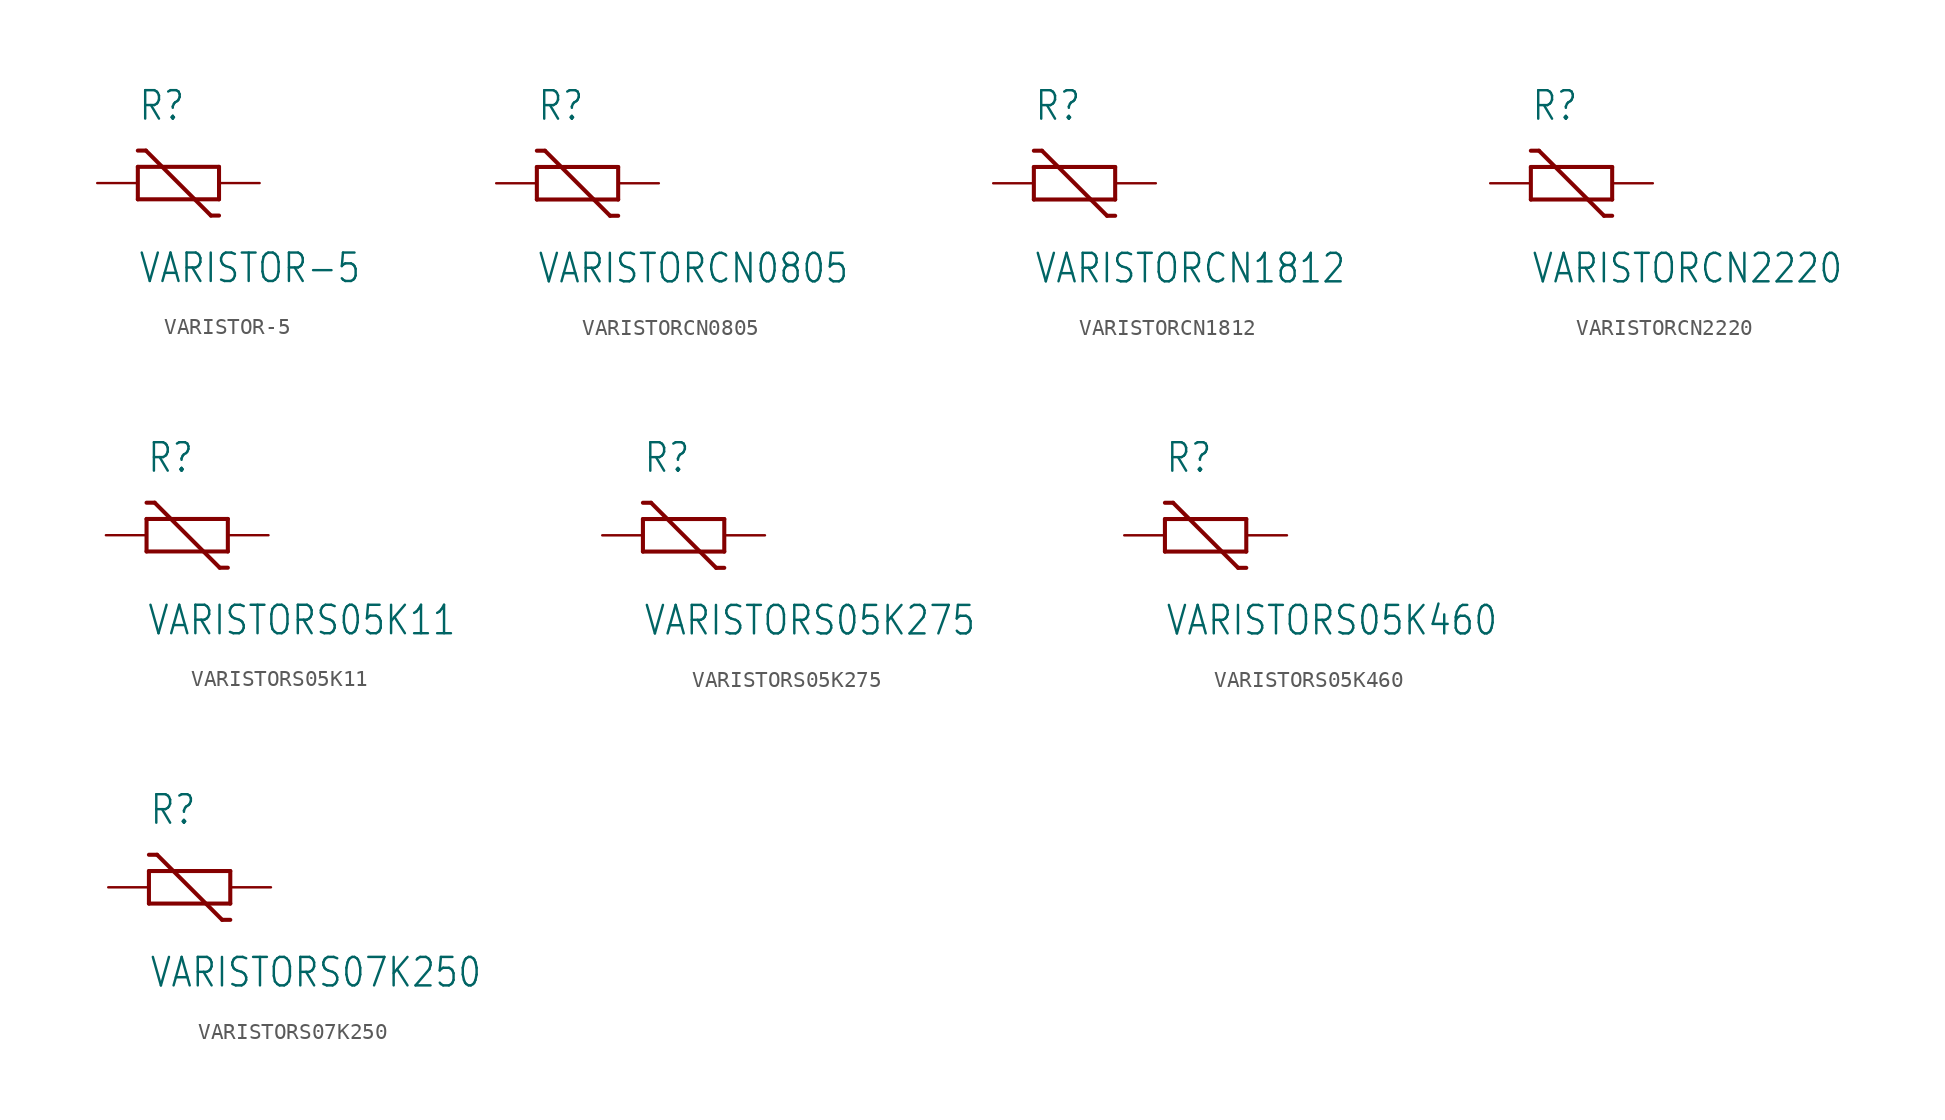
<source format=kicad_sym>
(kicad_symbol_lib
  (version 20211014)
  (generator kicad_symbol_editor)
  (symbol "VARISTOR-5"
    (property "Reference" "R"
      (at -2.54 3.81 0)
      (effects (font (size 1.778 1.511)) (justify left bottom)))
    (property "Value" "VARISTOR-5"
      (at -2.54 -6.35 0)
      (effects (font (size 1.778 1.511)) (justify left bottom)))
    (property "ki_locked" ""
      (at 0 0 0)
      (effects (font (size 1.27 1.27))))
    (symbol "VARISTOR-5_1_0"
      (polyline (pts (xy -2.54 -1.016) (xy -2.54 1.016)) (stroke (width 0.254) (type default) (color 0 0 0 0)) (fill (type none)))
      (polyline (pts (xy -2.54 1.016) (xy 2.54 1.016)) (stroke (width 0.254) (type default) (color 0 0 0 0)) (fill (type none)))
      (polyline (pts (xy -2.032 2.032) (xy -2.54 2.032)) (stroke (width 0.254) (type default) (color 0 0 0 0)) (fill (type none)))
      (polyline (pts (xy 2.032 -2.032) (xy -2.032 2.032)) (stroke (width 0.254) (type default) (color 0 0 0 0)) (fill (type none)))
      (polyline (pts (xy 2.54 -2.032) (xy 2.032 -2.032)) (stroke (width 0.254) (type default) (color 0 0 0 0)) (fill (type none)))
      (polyline (pts (xy 2.54 -1.016) (xy -2.54 -1.016)) (stroke (width 0.254) (type default) (color 0 0 0 0)) (fill (type none)))
      (polyline (pts (xy 2.54 1.016) (xy 2.54 -1.016)) (stroke (width 0.254) (type default) (color 0 0 0 0)) (fill (type none)))
      (pin passive line (at 5.08 0 180) (length 2.54) (name "1" (effects (font (size 0 0)))) (number "1" (effects (font (size 0 0)))))
      (pin passive line (at -5.08 0 0) (length 2.54) (name "2" (effects (font (size 0 0)))) (number "2" (effects (font (size 0 0)))))))
  (symbol "VARISTORCN0805"
    (property "Reference" "R"
      (at -2.54 3.81 0)
      (effects (font (size 1.778 1.511)) (justify left bottom)))
    (property "Value" "VARISTORCN0805"
      (at -2.54 -6.35 0)
      (effects (font (size 1.778 1.511)) (justify left bottom)))
    (property "ki_locked" ""
      (at 0 0 0)
      (effects (font (size 1.27 1.27))))
    (symbol "VARISTORCN0805_1_0"
      (polyline (pts (xy -2.54 -1.016) (xy -2.54 1.016)) (stroke (width 0.254) (type default) (color 0 0 0 0)) (fill (type none)))
      (polyline (pts (xy -2.54 1.016) (xy 2.54 1.016)) (stroke (width 0.254) (type default) (color 0 0 0 0)) (fill (type none)))
      (polyline (pts (xy -2.032 2.032) (xy -2.54 2.032)) (stroke (width 0.254) (type default) (color 0 0 0 0)) (fill (type none)))
      (polyline (pts (xy 2.032 -2.032) (xy -2.032 2.032)) (stroke (width 0.254) (type default) (color 0 0 0 0)) (fill (type none)))
      (polyline (pts (xy 2.54 -2.032) (xy 2.032 -2.032)) (stroke (width 0.254) (type default) (color 0 0 0 0)) (fill (type none)))
      (polyline (pts (xy 2.54 -1.016) (xy -2.54 -1.016)) (stroke (width 0.254) (type default) (color 0 0 0 0)) (fill (type none)))
      (polyline (pts (xy 2.54 1.016) (xy 2.54 -1.016)) (stroke (width 0.254) (type default) (color 0 0 0 0)) (fill (type none)))
      (pin passive line (at 5.08 0 180) (length 2.54) (name "1" (effects (font (size 0 0)))) (number "1" (effects (font (size 0 0)))))
      (pin passive line (at -5.08 0 0) (length 2.54) (name "2" (effects (font (size 0 0)))) (number "2" (effects (font (size 0 0)))))))
  (symbol "VARISTORCN1812"
    (property "Reference" "R"
      (at -2.54 3.81 0)
      (effects (font (size 1.778 1.511)) (justify left bottom)))
    (property "Value" "VARISTORCN1812"
      (at -2.54 -6.35 0)
      (effects (font (size 1.778 1.511)) (justify left bottom)))
    (property "ki_locked" ""
      (at 0 0 0)
      (effects (font (size 1.27 1.27))))
    (symbol "VARISTORCN1812_1_0"
      (polyline (pts (xy -2.54 -1.016) (xy -2.54 1.016)) (stroke (width 0.254) (type default) (color 0 0 0 0)) (fill (type none)))
      (polyline (pts (xy -2.54 1.016) (xy 2.54 1.016)) (stroke (width 0.254) (type default) (color 0 0 0 0)) (fill (type none)))
      (polyline (pts (xy -2.032 2.032) (xy -2.54 2.032)) (stroke (width 0.254) (type default) (color 0 0 0 0)) (fill (type none)))
      (polyline (pts (xy 2.032 -2.032) (xy -2.032 2.032)) (stroke (width 0.254) (type default) (color 0 0 0 0)) (fill (type none)))
      (polyline (pts (xy 2.54 -2.032) (xy 2.032 -2.032)) (stroke (width 0.254) (type default) (color 0 0 0 0)) (fill (type none)))
      (polyline (pts (xy 2.54 -1.016) (xy -2.54 -1.016)) (stroke (width 0.254) (type default) (color 0 0 0 0)) (fill (type none)))
      (polyline (pts (xy 2.54 1.016) (xy 2.54 -1.016)) (stroke (width 0.254) (type default) (color 0 0 0 0)) (fill (type none)))
      (pin passive line (at 5.08 0 180) (length 2.54) (name "1" (effects (font (size 0 0)))) (number "1" (effects (font (size 0 0)))))
      (pin passive line (at -5.08 0 0) (length 2.54) (name "2" (effects (font (size 0 0)))) (number "2" (effects (font (size 0 0)))))))
  (symbol "VARISTORCN2220"
    (property "Reference" "R"
      (at -2.54 3.81 0)
      (effects (font (size 1.778 1.511)) (justify left bottom)))
    (property "Value" "VARISTORCN2220"
      (at -2.54 -6.35 0)
      (effects (font (size 1.778 1.511)) (justify left bottom)))
    (property "ki_locked" ""
      (at 0 0 0)
      (effects (font (size 1.27 1.27))))
    (symbol "VARISTORCN2220_1_0"
      (polyline (pts (xy -2.54 -1.016) (xy -2.54 1.016)) (stroke (width 0.254) (type default) (color 0 0 0 0)) (fill (type none)))
      (polyline (pts (xy -2.54 1.016) (xy 2.54 1.016)) (stroke (width 0.254) (type default) (color 0 0 0 0)) (fill (type none)))
      (polyline (pts (xy -2.032 2.032) (xy -2.54 2.032)) (stroke (width 0.254) (type default) (color 0 0 0 0)) (fill (type none)))
      (polyline (pts (xy 2.032 -2.032) (xy -2.032 2.032)) (stroke (width 0.254) (type default) (color 0 0 0 0)) (fill (type none)))
      (polyline (pts (xy 2.54 -2.032) (xy 2.032 -2.032)) (stroke (width 0.254) (type default) (color 0 0 0 0)) (fill (type none)))
      (polyline (pts (xy 2.54 -1.016) (xy -2.54 -1.016)) (stroke (width 0.254) (type default) (color 0 0 0 0)) (fill (type none)))
      (polyline (pts (xy 2.54 1.016) (xy 2.54 -1.016)) (stroke (width 0.254) (type default) (color 0 0 0 0)) (fill (type none)))
      (pin passive line (at 5.08 0 180) (length 2.54) (name "1" (effects (font (size 0 0)))) (number "1" (effects (font (size 0 0)))))
      (pin passive line (at -5.08 0 0) (length 2.54) (name "2" (effects (font (size 0 0)))) (number "2" (effects (font (size 0 0)))))))
  (symbol "VARISTORS05K11"
    (property "Reference" "R"
      (at -2.54 3.81 0)
      (effects (font (size 1.778 1.511)) (justify left bottom)))
    (property "Value" "VARISTORS05K11"
      (at -2.54 -6.35 0)
      (effects (font (size 1.778 1.511)) (justify left bottom)))
    (property "ki_locked" ""
      (at 0 0 0)
      (effects (font (size 1.27 1.27))))
    (symbol "VARISTORS05K11_1_0"
      (polyline (pts (xy -2.54 -1.016) (xy -2.54 1.016)) (stroke (width 0.254) (type default) (color 0 0 0 0)) (fill (type none)))
      (polyline (pts (xy -2.54 1.016) (xy 2.54 1.016)) (stroke (width 0.254) (type default) (color 0 0 0 0)) (fill (type none)))
      (polyline (pts (xy -2.032 2.032) (xy -2.54 2.032)) (stroke (width 0.254) (type default) (color 0 0 0 0)) (fill (type none)))
      (polyline (pts (xy 2.032 -2.032) (xy -2.032 2.032)) (stroke (width 0.254) (type default) (color 0 0 0 0)) (fill (type none)))
      (polyline (pts (xy 2.54 -2.032) (xy 2.032 -2.032)) (stroke (width 0.254) (type default) (color 0 0 0 0)) (fill (type none)))
      (polyline (pts (xy 2.54 -1.016) (xy -2.54 -1.016)) (stroke (width 0.254) (type default) (color 0 0 0 0)) (fill (type none)))
      (polyline (pts (xy 2.54 1.016) (xy 2.54 -1.016)) (stroke (width 0.254) (type default) (color 0 0 0 0)) (fill (type none)))
      (pin passive line (at 5.08 0 180) (length 2.54) (name "1" (effects (font (size 0 0)))) (number "1" (effects (font (size 0 0)))))
      (pin passive line (at -5.08 0 0) (length 2.54) (name "2" (effects (font (size 0 0)))) (number "2" (effects (font (size 0 0)))))))
  (symbol "VARISTORS05K275"
    (property "Reference" "R"
      (at -2.54 3.81 0)
      (effects (font (size 1.778 1.511)) (justify left bottom)))
    (property "Value" "VARISTORS05K275"
      (at -2.54 -6.35 0)
      (effects (font (size 1.778 1.511)) (justify left bottom)))
    (property "ki_locked" ""
      (at 0 0 0)
      (effects (font (size 1.27 1.27))))
    (symbol "VARISTORS05K275_1_0"
      (polyline (pts (xy -2.54 -1.016) (xy -2.54 1.016)) (stroke (width 0.254) (type default) (color 0 0 0 0)) (fill (type none)))
      (polyline (pts (xy -2.54 1.016) (xy 2.54 1.016)) (stroke (width 0.254) (type default) (color 0 0 0 0)) (fill (type none)))
      (polyline (pts (xy -2.032 2.032) (xy -2.54 2.032)) (stroke (width 0.254) (type default) (color 0 0 0 0)) (fill (type none)))
      (polyline (pts (xy 2.032 -2.032) (xy -2.032 2.032)) (stroke (width 0.254) (type default) (color 0 0 0 0)) (fill (type none)))
      (polyline (pts (xy 2.54 -2.032) (xy 2.032 -2.032)) (stroke (width 0.254) (type default) (color 0 0 0 0)) (fill (type none)))
      (polyline (pts (xy 2.54 -1.016) (xy -2.54 -1.016)) (stroke (width 0.254) (type default) (color 0 0 0 0)) (fill (type none)))
      (polyline (pts (xy 2.54 1.016) (xy 2.54 -1.016)) (stroke (width 0.254) (type default) (color 0 0 0 0)) (fill (type none)))
      (pin passive line (at 5.08 0 180) (length 2.54) (name "1" (effects (font (size 0 0)))) (number "1" (effects (font (size 0 0)))))
      (pin passive line (at -5.08 0 0) (length 2.54) (name "2" (effects (font (size 0 0)))) (number "2" (effects (font (size 0 0)))))))
  (symbol "VARISTORS05K460"
    (property "Reference" "R"
      (at -2.54 3.81 0)
      (effects (font (size 1.778 1.511)) (justify left bottom)))
    (property "Value" "VARISTORS05K460"
      (at -2.54 -6.35 0)
      (effects (font (size 1.778 1.511)) (justify left bottom)))
    (property "ki_locked" ""
      (at 0 0 0)
      (effects (font (size 1.27 1.27))))
    (symbol "VARISTORS05K460_1_0"
      (polyline (pts (xy -2.54 -1.016) (xy -2.54 1.016)) (stroke (width 0.254) (type default) (color 0 0 0 0)) (fill (type none)))
      (polyline (pts (xy -2.54 1.016) (xy 2.54 1.016)) (stroke (width 0.254) (type default) (color 0 0 0 0)) (fill (type none)))
      (polyline (pts (xy -2.032 2.032) (xy -2.54 2.032)) (stroke (width 0.254) (type default) (color 0 0 0 0)) (fill (type none)))
      (polyline (pts (xy 2.032 -2.032) (xy -2.032 2.032)) (stroke (width 0.254) (type default) (color 0 0 0 0)) (fill (type none)))
      (polyline (pts (xy 2.54 -2.032) (xy 2.032 -2.032)) (stroke (width 0.254) (type default) (color 0 0 0 0)) (fill (type none)))
      (polyline (pts (xy 2.54 -1.016) (xy -2.54 -1.016)) (stroke (width 0.254) (type default) (color 0 0 0 0)) (fill (type none)))
      (polyline (pts (xy 2.54 1.016) (xy 2.54 -1.016)) (stroke (width 0.254) (type default) (color 0 0 0 0)) (fill (type none)))
      (pin passive line (at 5.08 0 180) (length 2.54) (name "1" (effects (font (size 0 0)))) (number "1" (effects (font (size 0 0)))))
      (pin passive line (at -5.08 0 0) (length 2.54) (name "2" (effects (font (size 0 0)))) (number "2" (effects (font (size 0 0)))))))
  (symbol "VARISTORS07K250"
    (property "Reference" "R"
      (at -2.54 3.81 0)
      (effects (font (size 1.778 1.511)) (justify left bottom)))
    (property "Value" "VARISTORS07K250"
      (at -2.54 -6.35 0)
      (effects (font (size 1.778 1.511)) (justify left bottom)))
    (property "ki_locked" ""
      (at 0 0 0)
      (effects (font (size 1.27 1.27))))
    (symbol "VARISTORS07K250_1_0"
      (polyline (pts (xy -2.54 -1.016) (xy -2.54 1.016)) (stroke (width 0.254) (type default) (color 0 0 0 0)) (fill (type none)))
      (polyline (pts (xy -2.54 1.016) (xy 2.54 1.016)) (stroke (width 0.254) (type default) (color 0 0 0 0)) (fill (type none)))
      (polyline (pts (xy -2.032 2.032) (xy -2.54 2.032)) (stroke (width 0.254) (type default) (color 0 0 0 0)) (fill (type none)))
      (polyline (pts (xy 2.032 -2.032) (xy -2.032 2.032)) (stroke (width 0.254) (type default) (color 0 0 0 0)) (fill (type none)))
      (polyline (pts (xy 2.54 -2.032) (xy 2.032 -2.032)) (stroke (width 0.254) (type default) (color 0 0 0 0)) (fill (type none)))
      (polyline (pts (xy 2.54 -1.016) (xy -2.54 -1.016)) (stroke (width 0.254) (type default) (color 0 0 0 0)) (fill (type none)))
      (polyline (pts (xy 2.54 1.016) (xy 2.54 -1.016)) (stroke (width 0.254) (type default) (color 0 0 0 0)) (fill (type none)))
      (pin passive line (at 5.08 0 180) (length 2.54) (name "1" (effects (font (size 0 0)))) (number "1" (effects (font (size 0 0)))))
      (pin passive line (at -5.08 0 0) (length 2.54) (name "2" (effects (font (size 0 0)))) (number "2" (effects (font (size 0 0))))))))
</source>
